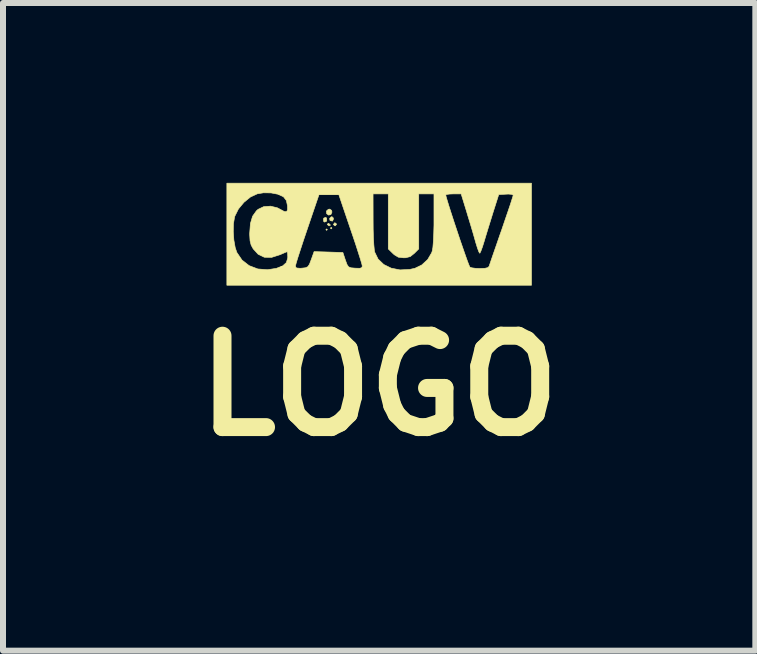
<source format=kicad_pcb>
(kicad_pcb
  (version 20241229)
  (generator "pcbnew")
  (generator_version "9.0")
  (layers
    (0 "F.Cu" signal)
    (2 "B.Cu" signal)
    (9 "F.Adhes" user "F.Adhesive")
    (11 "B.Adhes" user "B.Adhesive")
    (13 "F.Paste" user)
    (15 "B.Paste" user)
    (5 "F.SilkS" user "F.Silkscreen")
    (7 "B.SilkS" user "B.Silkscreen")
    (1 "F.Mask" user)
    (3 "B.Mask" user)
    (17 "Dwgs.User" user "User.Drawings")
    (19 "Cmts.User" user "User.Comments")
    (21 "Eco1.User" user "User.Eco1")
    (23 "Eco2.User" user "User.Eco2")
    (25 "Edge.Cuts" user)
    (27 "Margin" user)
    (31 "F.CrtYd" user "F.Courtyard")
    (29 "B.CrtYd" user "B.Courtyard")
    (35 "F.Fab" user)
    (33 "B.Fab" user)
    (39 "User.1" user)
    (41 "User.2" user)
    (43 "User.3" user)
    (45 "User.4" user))
  (footprint "LOGO"
    (layer "F.Cu")
    (at 3.273 0.843)
    (property "Reference" "LOGO" (at 0 2.54 0) (layer "F.SilkS") (effects (font (size 1.524 1.524) (thickness 0.3))))
    (attr through_hole)
    (fp_poly (pts (xy -0.864 -0.064) (xy -0.876 -0.051) (xy -0.889 -0.064) (xy -0.876 -0.076) (xy -0.864 -0.064)) (stroke (width 0.01) (type solid)) (fill yes) (layer "F.SilkS"))
    (fp_poly (pts (xy -0.787 -0.089) (xy -0.8 -0.076) (xy -0.813 -0.089) (xy -0.8 -0.102) (xy -0.787 -0.089)) (stroke (width 0.01) (type solid)) (fill yes) (layer "F.SilkS"))
    (fp_poly (pts (xy -0.876 -0.254) (xy -0.874 -0.212) (xy -0.883 -0.199) (xy -0.914 -0.19) (xy -0.927 -0.203) (xy -0.929 -0.245) (xy -0.92 -0.258) (xy -0.889 -0.268) (xy -0.876 -0.254)) (stroke (width 0.01) (type solid)) (fill yes) (layer "F.SilkS"))
    (fp_poly (pts (xy -0.838 -0.165) (xy -0.814 -0.142) (xy -0.813 -0.138) (xy -0.832 -0.127) (xy -0.838 -0.127) (xy -0.863 -0.147) (xy -0.864 -0.154) (xy -0.848 -0.169) (xy -0.838 -0.165)) (stroke (width 0.01) (type solid)) (fill yes) (layer "F.SilkS"))
    (fp_poly (pts (xy -0.794 -0.385) (xy -0.787 -0.356) (xy -0.805 -0.315) (xy -0.844 -0.306) (xy -0.876 -0.33) (xy -0.88 -0.373) (xy -0.847 -0.403) (xy -0.824 -0.406) (xy -0.794 -0.385)) (stroke (width 0.01) (type solid)) (fill yes) (layer "F.SilkS"))
    (fp_poly (pts (xy -0.765 -0.259) (xy -0.762 -0.241) (xy -0.778 -0.206) (xy -0.813 -0.213) (xy -0.821 -0.219) (xy -0.826 -0.251) (xy -0.8 -0.277) (xy -0.786 -0.279) (xy -0.765 -0.259)) (stroke (width 0.01) (type solid)) (fill yes) (layer "F.SilkS"))
    (fp_poly (pts (xy -0.712 -0.158) (xy -0.711 -0.152) (xy -0.731 -0.128) (xy -0.737 -0.127) (xy -0.761 -0.146) (xy -0.762 -0.152) (xy -0.743 -0.177) (xy -0.737 -0.178) (xy -0.712 -0.158)) (stroke (width 0.01) (type solid)) (fill yes) (layer "F.SilkS"))
    (fp_poly (pts (xy 2.54 0.864) (xy -2.54 0.864) (xy -2.54 -0.028) (xy -2.433 -0.028) (xy -2.423 0.111) (xy -2.401 0.235) (xy -2.374 0.316) (xy -2.287 0.444) (xy -2.168 0.537) (xy -2.024 0.592) (xy -1.863 0.605) (xy -1.714 0.582) (xy -1.643 0.554) (xy -1.397 0.554) (xy -1.378 0.576) (xy -1.318 0.581) (xy -1.289 0.579) (xy -1.227 0.572) (xy -1.189 0.554) (xy -1.162 0.513) (xy -1.133 0.437) (xy -1.085 0.303) (xy -0.845 0.31) (xy -0.605 0.318) (xy -0.563 0.445) (xy -0.536 0.518) (xy -0.51 0.557) (xy -0.469 0.573) (xy -0.4 0.579) (xy -0.327 0.581) (xy -0.291 0.572) (xy -0.282 0.548) (xy -0.282 0.541) (xy -0.29 0.505) (xy -0.313 0.428) (xy -0.348 0.318) (xy -0.392 0.181) (xy -0.444 0.026) (xy -0.479 -0.076) (xy -0.673 -0.648) (xy -1.003 -0.648) (xy -1.107 -0.343) (xy -1.193 -0.09) (xy -1.263 0.117) (xy -1.317 0.282) (xy -1.357 0.405) (xy -1.383 0.491) (xy -1.396 0.541) (xy -1.397 0.554) (xy -1.643 0.554) (xy -1.609 0.541) (xy -1.548 0.486) (xy -1.525 0.41) (xy -1.524 0.39) (xy -1.527 0.333) (xy -1.533 0.305) (xy -1.534 0.305) (xy -1.561 0.314) (xy -1.618 0.339) (xy -1.655 0.355) (xy -1.794 0.399) (xy -1.915 0.397) (xy -2.018 0.347) (xy -2.101 0.256) (xy -2.135 0.194) (xy -2.153 0.123) (xy -2.159 0.025) (xy -2.159 -0.005) (xy -2.147 -0.165) (xy -2.111 -0.287) (xy -2.047 -0.377) (xy -2.019 -0.402) (xy -1.925 -0.447) (xy -1.812 -0.455) (xy -1.699 -0.428) (xy -1.657 -0.406) (xy -1.584 -0.367) (xy -1.544 -0.362) (xy -1.528 -0.395) (xy -1.529 -0.461) (xy -1.547 -0.548) (xy -1.591 -0.606) (xy -1.601 -0.614) (xy -1.687 -0.654) (xy -1.72 -0.66) (xy -0.102 -0.66) (xy -0.101 -0.222) (xy -0.1 -0.071) (xy -0.096 0.07) (xy -0.089 0.188) (xy -0.081 0.275) (xy -0.075 0.31) (xy -0.018 0.427) (xy 0.077 0.518) (xy 0.201 0.579) (xy 0.348 0.608) (xy 0.509 0.6) (xy 0.596 0.581) (xy 0.71 0.526) (xy 0.809 0.435) (xy 0.875 0.323) (xy 0.886 0.291) (xy 0.896 0.232) (xy 0.904 0.133) (xy 0.91 0.005) (xy 0.914 -0.14) (xy 0.914 -0.235) (xy 0.914 -0.645) (xy 1.111 -0.645) (xy 1.115 -0.619) (xy 1.134 -0.553) (xy 1.164 -0.455) (xy 1.203 -0.333) (xy 1.248 -0.194) (xy 1.297 -0.047) (xy 1.346 0.1) (xy 1.394 0.239) (xy 1.437 0.363) (xy 1.473 0.464) (xy 1.5 0.533) (xy 1.513 0.561) (xy 1.544 0.573) (xy 1.61 0.582) (xy 1.675 0.584) (xy 1.763 0.581) (xy 1.812 0.57) (xy 1.834 0.547) (xy 1.836 0.54) (xy 1.848 0.504) (xy 1.874 0.427) (xy 1.912 0.317) (xy 1.959 0.182) (xy 2.012 0.028) (xy 2.043 -0.059) (xy 2.097 -0.218) (xy 2.146 -0.361) (xy 2.187 -0.482) (xy 2.216 -0.573) (xy 2.233 -0.627) (xy 2.235 -0.638) (xy 2.212 -0.652) (xy 2.153 -0.657) (xy 2.115 -0.655) (xy 1.994 -0.648) (xy 1.901 -0.356) (xy 1.858 -0.217) (xy 1.813 -0.072) (xy 1.773 0.059) (xy 1.751 0.133) (xy 1.722 0.225) (xy 1.697 0.293) (xy 1.68 0.328) (xy 1.677 0.33) (xy 1.663 0.308) (xy 1.64 0.247) (xy 1.613 0.16) (xy 1.602 0.121) (xy 1.569 0.005) (xy 1.527 -0.137) (xy 1.482 -0.285) (xy 1.455 -0.375) (xy 1.367 -0.66) (xy 1.246 -0.66) (xy 1.172 -0.657) (xy 1.122 -0.65) (xy 1.111 -0.645) (xy 0.914 -0.645) (xy 0.914 -0.66) (xy 0.66 -0.66) (xy 0.66 0.258) (xy 0.586 0.332) (xy 0.518 0.386) (xy 0.441 0.405) (xy 0.406 0.406) (xy 0.32 0.396) (xy 0.252 0.355) (xy 0.227 0.332) (xy 0.152 0.258) (xy 0.152 -0.66) (xy -0.102 -0.66) (xy -1.72 -0.66) (xy -1.802 -0.676) (xy -1.928 -0.678) (xy -2.032 -0.661) (xy -2.146 -0.608) (xy -2.255 -0.519) (xy -2.347 -0.408) (xy -2.407 -0.288) (xy -2.412 -0.27) (xy -2.43 -0.162) (xy -2.433 -0.028) (xy -2.54 -0.028) (xy -2.54 -0.838) (xy 2.54 -0.838) (xy 2.54 0.864)) (stroke (width 0.01) (type solid)) (fill yes) (layer "F.SilkS")))
  (gr_rect
    (start -3 -3)
    (end 9.546 7.801)
    (stroke (width 0.1) (type default))
    (fill no)
    (layer "Edge.Cuts")))
</source>
